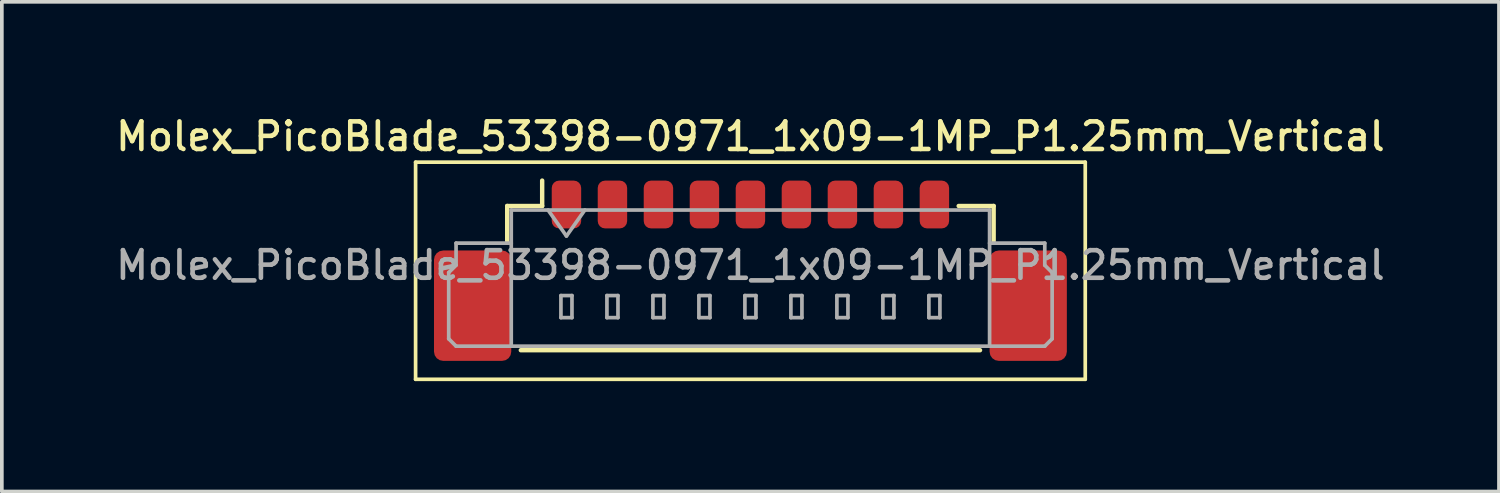
<source format=kicad_pcb>
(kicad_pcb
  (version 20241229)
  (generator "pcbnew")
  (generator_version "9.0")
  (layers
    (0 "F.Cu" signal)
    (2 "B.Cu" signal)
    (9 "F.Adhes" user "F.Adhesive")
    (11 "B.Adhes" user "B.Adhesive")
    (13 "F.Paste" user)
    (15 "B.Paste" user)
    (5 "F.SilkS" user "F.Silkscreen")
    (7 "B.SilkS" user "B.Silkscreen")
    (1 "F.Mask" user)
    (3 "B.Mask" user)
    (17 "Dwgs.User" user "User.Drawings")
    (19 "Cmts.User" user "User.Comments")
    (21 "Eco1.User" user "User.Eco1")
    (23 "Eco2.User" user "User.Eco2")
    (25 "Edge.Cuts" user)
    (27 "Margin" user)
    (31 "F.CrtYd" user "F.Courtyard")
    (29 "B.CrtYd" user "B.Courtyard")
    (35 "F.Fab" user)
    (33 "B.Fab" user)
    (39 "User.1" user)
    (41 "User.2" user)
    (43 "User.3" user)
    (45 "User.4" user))
  (footprint "Molex_PicoBlade_53398-0971_1x09-1MP_P1.25mm_Vertical"
    (layer "F.Cu")
    (at 17.345 3.758)
    (property "Reference" "Molex_PicoBlade_53398-0971_1x09-1MP_P1.25mm_Vertical" (at 0 -3.1 0) (layer "F.SilkS") (effects (font (size 0.75 0.75) (thickness 0.125))))
    (attr smd)
    (fp_line (start -9.1 -2.4) (end -9.1 3.5) (stroke (width 0.1) (type solid)) (layer "F.SilkS"))
    (fp_line (start -9.1 3.5) (end 9.1 3.5) (stroke (width 0.1) (type solid)) (layer "F.SilkS"))
    (fp_line (start -6.61 -1.21) (end -5.66 -1.21) (stroke (width 0.12) (type solid)) (layer "F.SilkS"))
    (fp_line (start -6.61 -0.26) (end -6.61 -1.21) (stroke (width 0.12) (type solid)) (layer "F.SilkS"))
    (fp_line (start -6.24 2.71) (end 6.24 2.71) (stroke (width 0.12) (type solid)) (layer "F.SilkS"))
    (fp_line (start -5.66 -1.21) (end -5.66 -1.9) (stroke (width 0.12) (type solid)) (layer "F.SilkS"))
    (fp_line (start 6.61 -1.21) (end 5.66 -1.21) (stroke (width 0.12) (type solid)) (layer "F.SilkS"))
    (fp_line (start 6.61 -0.26) (end 6.61 -1.21) (stroke (width 0.12) (type solid)) (layer "F.SilkS"))
    (fp_line (start 9.1 -2.4) (end -9.1 -2.4) (stroke (width 0.1) (type solid)) (layer "F.SilkS"))
    (fp_line (start 9.1 3.5) (end 9.1 -2.4) (stroke (width 0.1) (type solid)) (layer "F.SilkS"))
    (fp_line (start -8.2 0.6) (end -8 0.4) (stroke (width 0.1) (type solid)) (layer "F.Fab"))
    (fp_line (start -8.2 2.4) (end -8.2 0.6) (stroke (width 0.1) (type solid)) (layer "F.Fab"))
    (fp_line (start -8 -0.2) (end -6.5 -0.2) (stroke (width 0.1) (type solid)) (layer "F.Fab"))
    (fp_line (start -8 0.4) (end -8 -0.2) (stroke (width 0.1) (type solid)) (layer "F.Fab"))
    (fp_line (start -8 2.6) (end -8.2 2.4) (stroke (width 0.1) (type solid)) (layer "F.Fab"))
    (fp_line (start -6.5 -1.1) (end -6.5 2.6) (stroke (width 0.1) (type solid)) (layer "F.Fab"))
    (fp_line (start -6.5 -1.1) (end 6.5 -1.1) (stroke (width 0.1) (type solid)) (layer "F.Fab"))
    (fp_line (start -6.5 2.6) (end -8 2.6) (stroke (width 0.1) (type solid)) (layer "F.Fab"))
    (fp_line (start -6.5 2.6) (end 6.5 2.6) (stroke (width 0.1) (type solid)) (layer "F.Fab"))
    (fp_line (start -5.5 -1.1) (end -5 -0.393) (stroke (width 0.1) (type solid)) (layer "F.Fab"))
    (fp_line (start -5.15 1.225) (end -5.15 1.825) (stroke (width 0.1) (type solid)) (layer "F.Fab"))
    (fp_line (start -5.15 1.825) (end -4.85 1.825) (stroke (width 0.1) (type solid)) (layer "F.Fab"))
    (fp_line (start -5 -0.393) (end -4.5 -1.1) (stroke (width 0.1) (type solid)) (layer "F.Fab"))
    (fp_line (start -4.85 1.225) (end -5.15 1.225) (stroke (width 0.1) (type solid)) (layer "F.Fab"))
    (fp_line (start -4.85 1.825) (end -4.85 1.225) (stroke (width 0.1) (type solid)) (layer "F.Fab"))
    (fp_line (start -3.9 1.225) (end -3.9 1.825) (stroke (width 0.1) (type solid)) (layer "F.Fab"))
    (fp_line (start -3.9 1.825) (end -3.6 1.825) (stroke (width 0.1) (type solid)) (layer "F.Fab"))
    (fp_line (start -3.6 1.225) (end -3.9 1.225) (stroke (width 0.1) (type solid)) (layer "F.Fab"))
    (fp_line (start -3.6 1.825) (end -3.6 1.225) (stroke (width 0.1) (type solid)) (layer "F.Fab"))
    (fp_line (start -2.65 1.225) (end -2.65 1.825) (stroke (width 0.1) (type solid)) (layer "F.Fab"))
    (fp_line (start -2.65 1.825) (end -2.35 1.825) (stroke (width 0.1) (type solid)) (layer "F.Fab"))
    (fp_line (start -2.35 1.225) (end -2.65 1.225) (stroke (width 0.1) (type solid)) (layer "F.Fab"))
    (fp_line (start -2.35 1.825) (end -2.35 1.225) (stroke (width 0.1) (type solid)) (layer "F.Fab"))
    (fp_line (start -1.4 1.225) (end -1.4 1.825) (stroke (width 0.1) (type solid)) (layer "F.Fab"))
    (fp_line (start -1.4 1.825) (end -1.1 1.825) (stroke (width 0.1) (type solid)) (layer "F.Fab"))
    (fp_line (start -1.1 1.225) (end -1.4 1.225) (stroke (width 0.1) (type solid)) (layer "F.Fab"))
    (fp_line (start -1.1 1.825) (end -1.1 1.225) (stroke (width 0.1) (type solid)) (layer "F.Fab"))
    (fp_line (start -0.15 1.225) (end -0.15 1.825) (stroke (width 0.1) (type solid)) (layer "F.Fab"))
    (fp_line (start -0.15 1.825) (end 0.15 1.825) (stroke (width 0.1) (type solid)) (layer "F.Fab"))
    (fp_line (start 0.15 1.225) (end -0.15 1.225) (stroke (width 0.1) (type solid)) (layer "F.Fab"))
    (fp_line (start 0.15 1.825) (end 0.15 1.225) (stroke (width 0.1) (type solid)) (layer "F.Fab"))
    (fp_line (start 1.1 1.225) (end 1.1 1.825) (stroke (width 0.1) (type solid)) (layer "F.Fab"))
    (fp_line (start 1.1 1.825) (end 1.4 1.825) (stroke (width 0.1) (type solid)) (layer "F.Fab"))
    (fp_line (start 1.4 1.225) (end 1.1 1.225) (stroke (width 0.1) (type solid)) (layer "F.Fab"))
    (fp_line (start 1.4 1.825) (end 1.4 1.225) (stroke (width 0.1) (type solid)) (layer "F.Fab"))
    (fp_line (start 2.35 1.225) (end 2.35 1.825) (stroke (width 0.1) (type solid)) (layer "F.Fab"))
    (fp_line (start 2.35 1.825) (end 2.65 1.825) (stroke (width 0.1) (type solid)) (layer "F.Fab"))
    (fp_line (start 2.65 1.225) (end 2.35 1.225) (stroke (width 0.1) (type solid)) (layer "F.Fab"))
    (fp_line (start 2.65 1.825) (end 2.65 1.225) (stroke (width 0.1) (type solid)) (layer "F.Fab"))
    (fp_line (start 3.6 1.225) (end 3.6 1.825) (stroke (width 0.1) (type solid)) (layer "F.Fab"))
    (fp_line (start 3.6 1.825) (end 3.9 1.825) (stroke (width 0.1) (type solid)) (layer "F.Fab"))
    (fp_line (start 3.9 1.225) (end 3.6 1.225) (stroke (width 0.1) (type solid)) (layer "F.Fab"))
    (fp_line (start 3.9 1.825) (end 3.9 1.225) (stroke (width 0.1) (type solid)) (layer "F.Fab"))
    (fp_line (start 4.85 1.225) (end 4.85 1.825) (stroke (width 0.1) (type solid)) (layer "F.Fab"))
    (fp_line (start 4.85 1.825) (end 5.15 1.825) (stroke (width 0.1) (type solid)) (layer "F.Fab"))
    (fp_line (start 5.15 1.225) (end 4.85 1.225) (stroke (width 0.1) (type solid)) (layer "F.Fab"))
    (fp_line (start 5.15 1.825) (end 5.15 1.225) (stroke (width 0.1) (type solid)) (layer "F.Fab"))
    (fp_line (start 6.5 -1.1) (end 6.5 2.6) (stroke (width 0.1) (type solid)) (layer "F.Fab"))
    (fp_line (start 6.5 2.6) (end 8 2.6) (stroke (width 0.1) (type solid)) (layer "F.Fab"))
    (fp_line (start 8 -0.2) (end 6.5 -0.2) (stroke (width 0.1) (type solid)) (layer "F.Fab"))
    (fp_line (start 8 0.4) (end 8 -0.2) (stroke (width 0.1) (type solid)) (layer "F.Fab"))
    (fp_line (start 8 2.6) (end 8.2 2.4) (stroke (width 0.1) (type solid)) (layer "F.Fab"))
    (fp_line (start 8.2 0.6) (end 8 0.4) (stroke (width 0.1) (type solid)) (layer "F.Fab"))
    (fp_line (start 8.2 2.4) (end 8.2 0.6) (stroke (width 0.1) (type solid)) (layer "F.Fab"))
    (fp_text user "${REFERENCE}" (at 0 0.4 0) (layer "F.Fab") (effects (font (size 0.75 0.75) (thickness 0.125))))
    (pad "1" smd roundrect (at -5 -1.25) (size 0.8 1.3) (layers "F.Cu" "F.Mask" "F.Paste") (roundrect_rratio 0.25))
    (pad "2" smd roundrect (at -3.75 -1.25) (size 0.8 1.3) (layers "F.Cu" "F.Mask" "F.Paste") (roundrect_rratio 0.25))
    (pad "3" smd roundrect (at -2.5 -1.25) (size 0.8 1.3) (layers "F.Cu" "F.Mask" "F.Paste") (roundrect_rratio 0.25))
    (pad "4" smd roundrect (at -1.25 -1.25) (size 0.8 1.3) (layers "F.Cu" "F.Mask" "F.Paste") (roundrect_rratio 0.25))
    (pad "5" smd roundrect (at 0 -1.25) (size 0.8 1.3) (layers "F.Cu" "F.Mask" "F.Paste") (roundrect_rratio 0.25))
    (pad "6" smd roundrect (at 1.25 -1.25) (size 0.8 1.3) (layers "F.Cu" "F.Mask" "F.Paste") (roundrect_rratio 0.25))
    (pad "7" smd roundrect (at 2.5 -1.25) (size 0.8 1.3) (layers "F.Cu" "F.Mask" "F.Paste") (roundrect_rratio 0.25))
    (pad "8" smd roundrect (at 3.75 -1.25) (size 0.8 1.3) (layers "F.Cu" "F.Mask" "F.Paste") (roundrect_rratio 0.25))
    (pad "9" smd roundrect (at 5 -1.25) (size 0.8 1.3) (layers "F.Cu" "F.Mask" "F.Paste") (roundrect_rratio 0.25))
    (pad "MP" smd roundrect (at -7.55 1.5) (size 2.1 3) (layers "F.Cu" "F.Mask" "F.Paste") (roundrect_rratio 0.119))
    (pad "MP" smd roundrect (at 7.55 1.5) (size 2.1 3) (layers "F.Cu" "F.Mask" "F.Paste") (roundrect_rratio 0.119)))
  (gr_rect
    (start -3 -3)
    (end 37.689 10.308)
    (stroke (width 0.1) (type default))
    (fill no)
    (layer "Edge.Cuts")))
</source>
